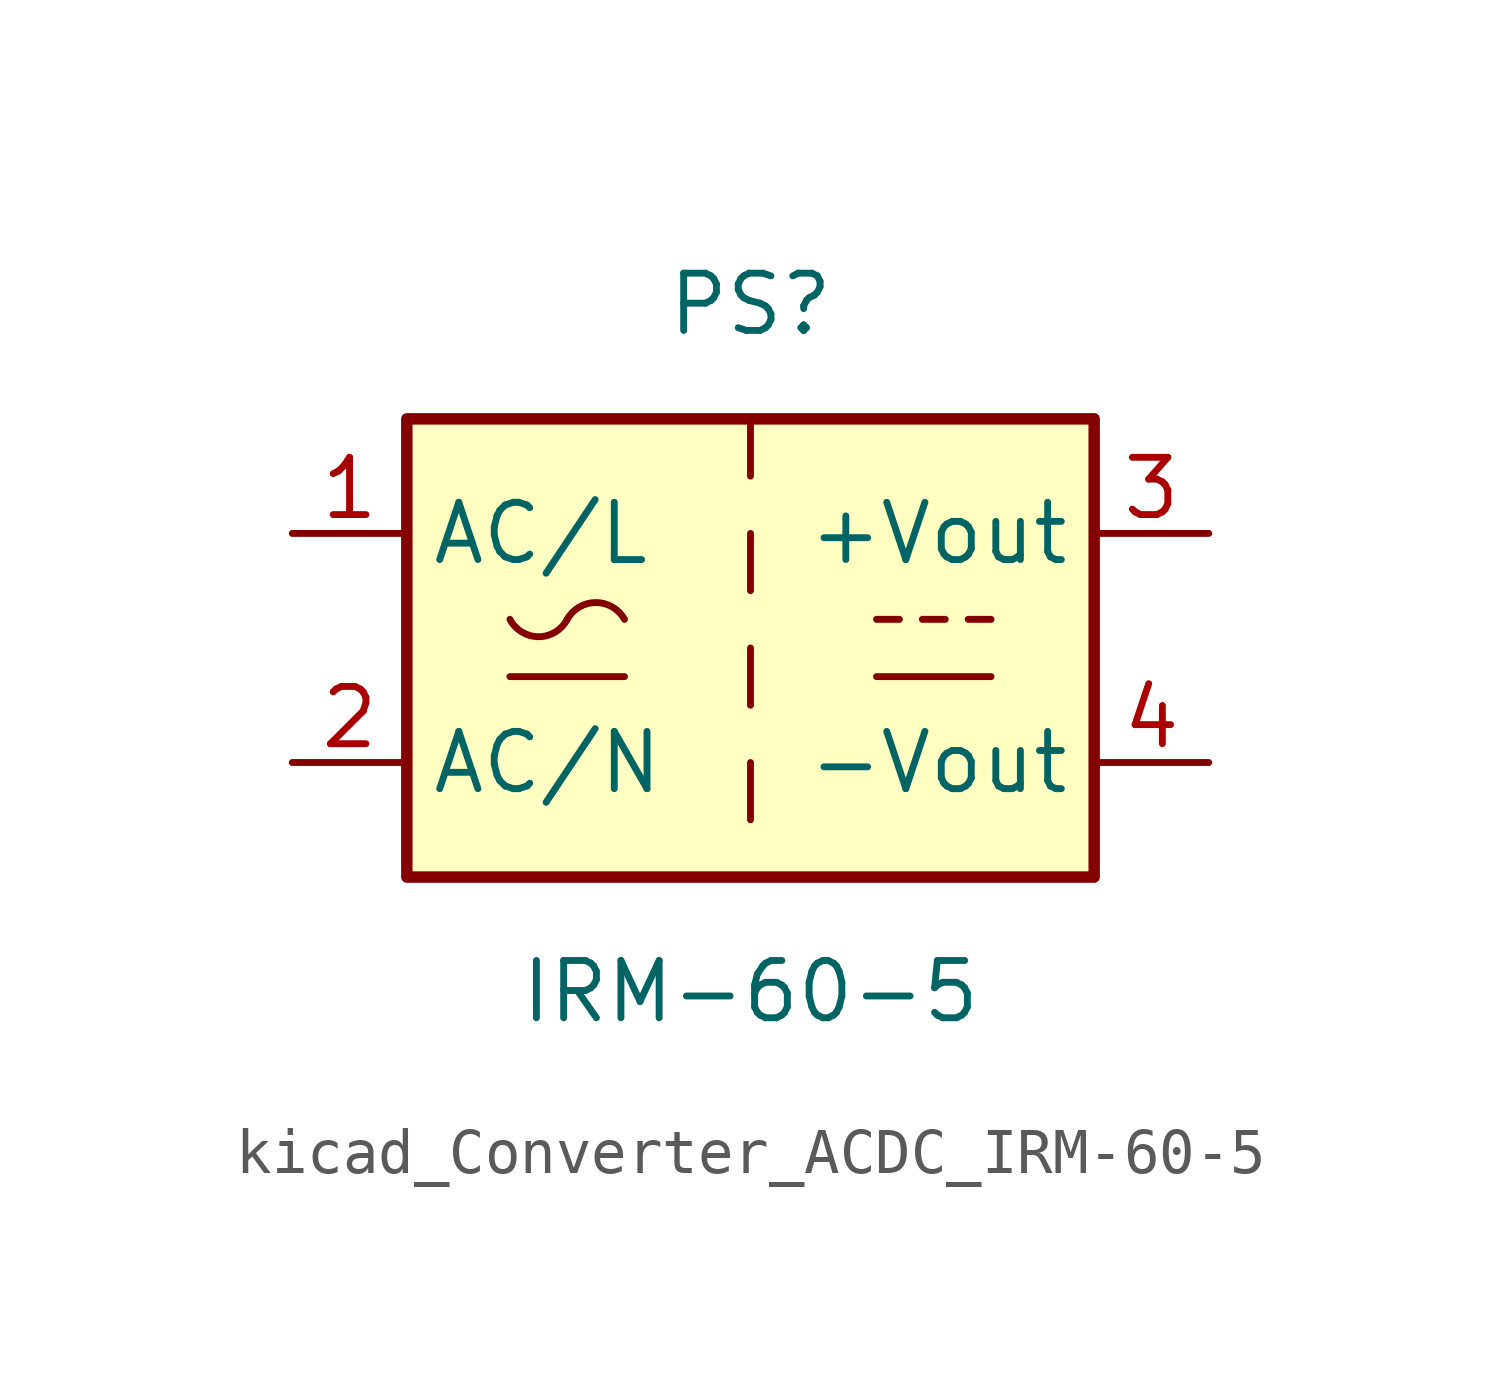
<source format=kicad_sym>
(kicad_symbol_lib
  (version 20220914)
  (generator kicad_symbol_editor)
  (symbol "kicad_Converter_ACDC_IRM-60-5"
    (property "Reference" "PS"
      (at 0 7.62 0)
      (effects (font (size 1.27 1.27))))
    (property "Value" "IRM-60-5"
      (at 0 -7.62 0)
      (effects (font (size 1.27 1.27))))
    (symbol "kicad_Converter_ACDC_IRM-60-5_1_1"
      (rectangle (start -7.62 5.08) (end 7.62 -5.08) (stroke (width 0.254) (type default)) (fill (type background)))
      (arc (start -5.334 0.635) (mid -4.699 0.2495) (end -4.064 0.635) (stroke (width 0) (type default)) (fill (type none)))
      (arc (start -2.794 0.635) (mid -3.429 1.0072) (end -4.064 0.635) (stroke (width 0) (type default)) (fill (type none)))
      (polyline (pts (xy -5.334 -0.635) (xy -2.794 -0.635)) (stroke (width 0) (type default)) (fill (type none)))
      (polyline (pts (xy 0 -2.54) (xy 0 -3.81)) (stroke (width 0) (type default)) (fill (type none)))
      (polyline (pts (xy 0 0) (xy 0 -1.27)) (stroke (width 0) (type default)) (fill (type none)))
      (polyline (pts (xy 0 2.54) (xy 0 1.27)) (stroke (width 0) (type default)) (fill (type none)))
      (polyline (pts (xy 0 5.08) (xy 0 3.81)) (stroke (width 0) (type default)) (fill (type none)))
      (polyline (pts (xy 2.794 -0.635) (xy 5.334 -0.635)) (stroke (width 0) (type default)) (fill (type none)))
      (polyline (pts (xy 2.794 0.635) (xy 3.302 0.635)) (stroke (width 0) (type default)) (fill (type none)))
      (polyline (pts (xy 3.81 0.635) (xy 4.318 0.635)) (stroke (width 0) (type default)) (fill (type none)))
      (polyline (pts (xy 4.826 0.635) (xy 5.334 0.635)) (stroke (width 0) (type default)) (fill (type none)))
      (pin power_in line (at -10.16 2.54 0) (length 2.54) (name "AC/L" (effects (font (size 1.27 1.27)))) (number "1" (effects (font (size 1.27 1.27)))))
      (pin power_in line (at -10.16 -2.54 0) (length 2.54) (name "AC/N" (effects (font (size 1.27 1.27)))) (number "2" (effects (font (size 1.27 1.27)))))
      (pin power_out line (at 10.16 2.54 180) (length 2.54) (name "+Vout" (effects (font (size 1.27 1.27)))) (number "3" (effects (font (size 1.27 1.27)))))
      (pin power_out line (at 10.16 -2.54 180) (length 2.54) (name "-Vout" (effects (font (size 1.27 1.27)))) (number "4" (effects (font (size 1.27 1.27))))))))
</source>
